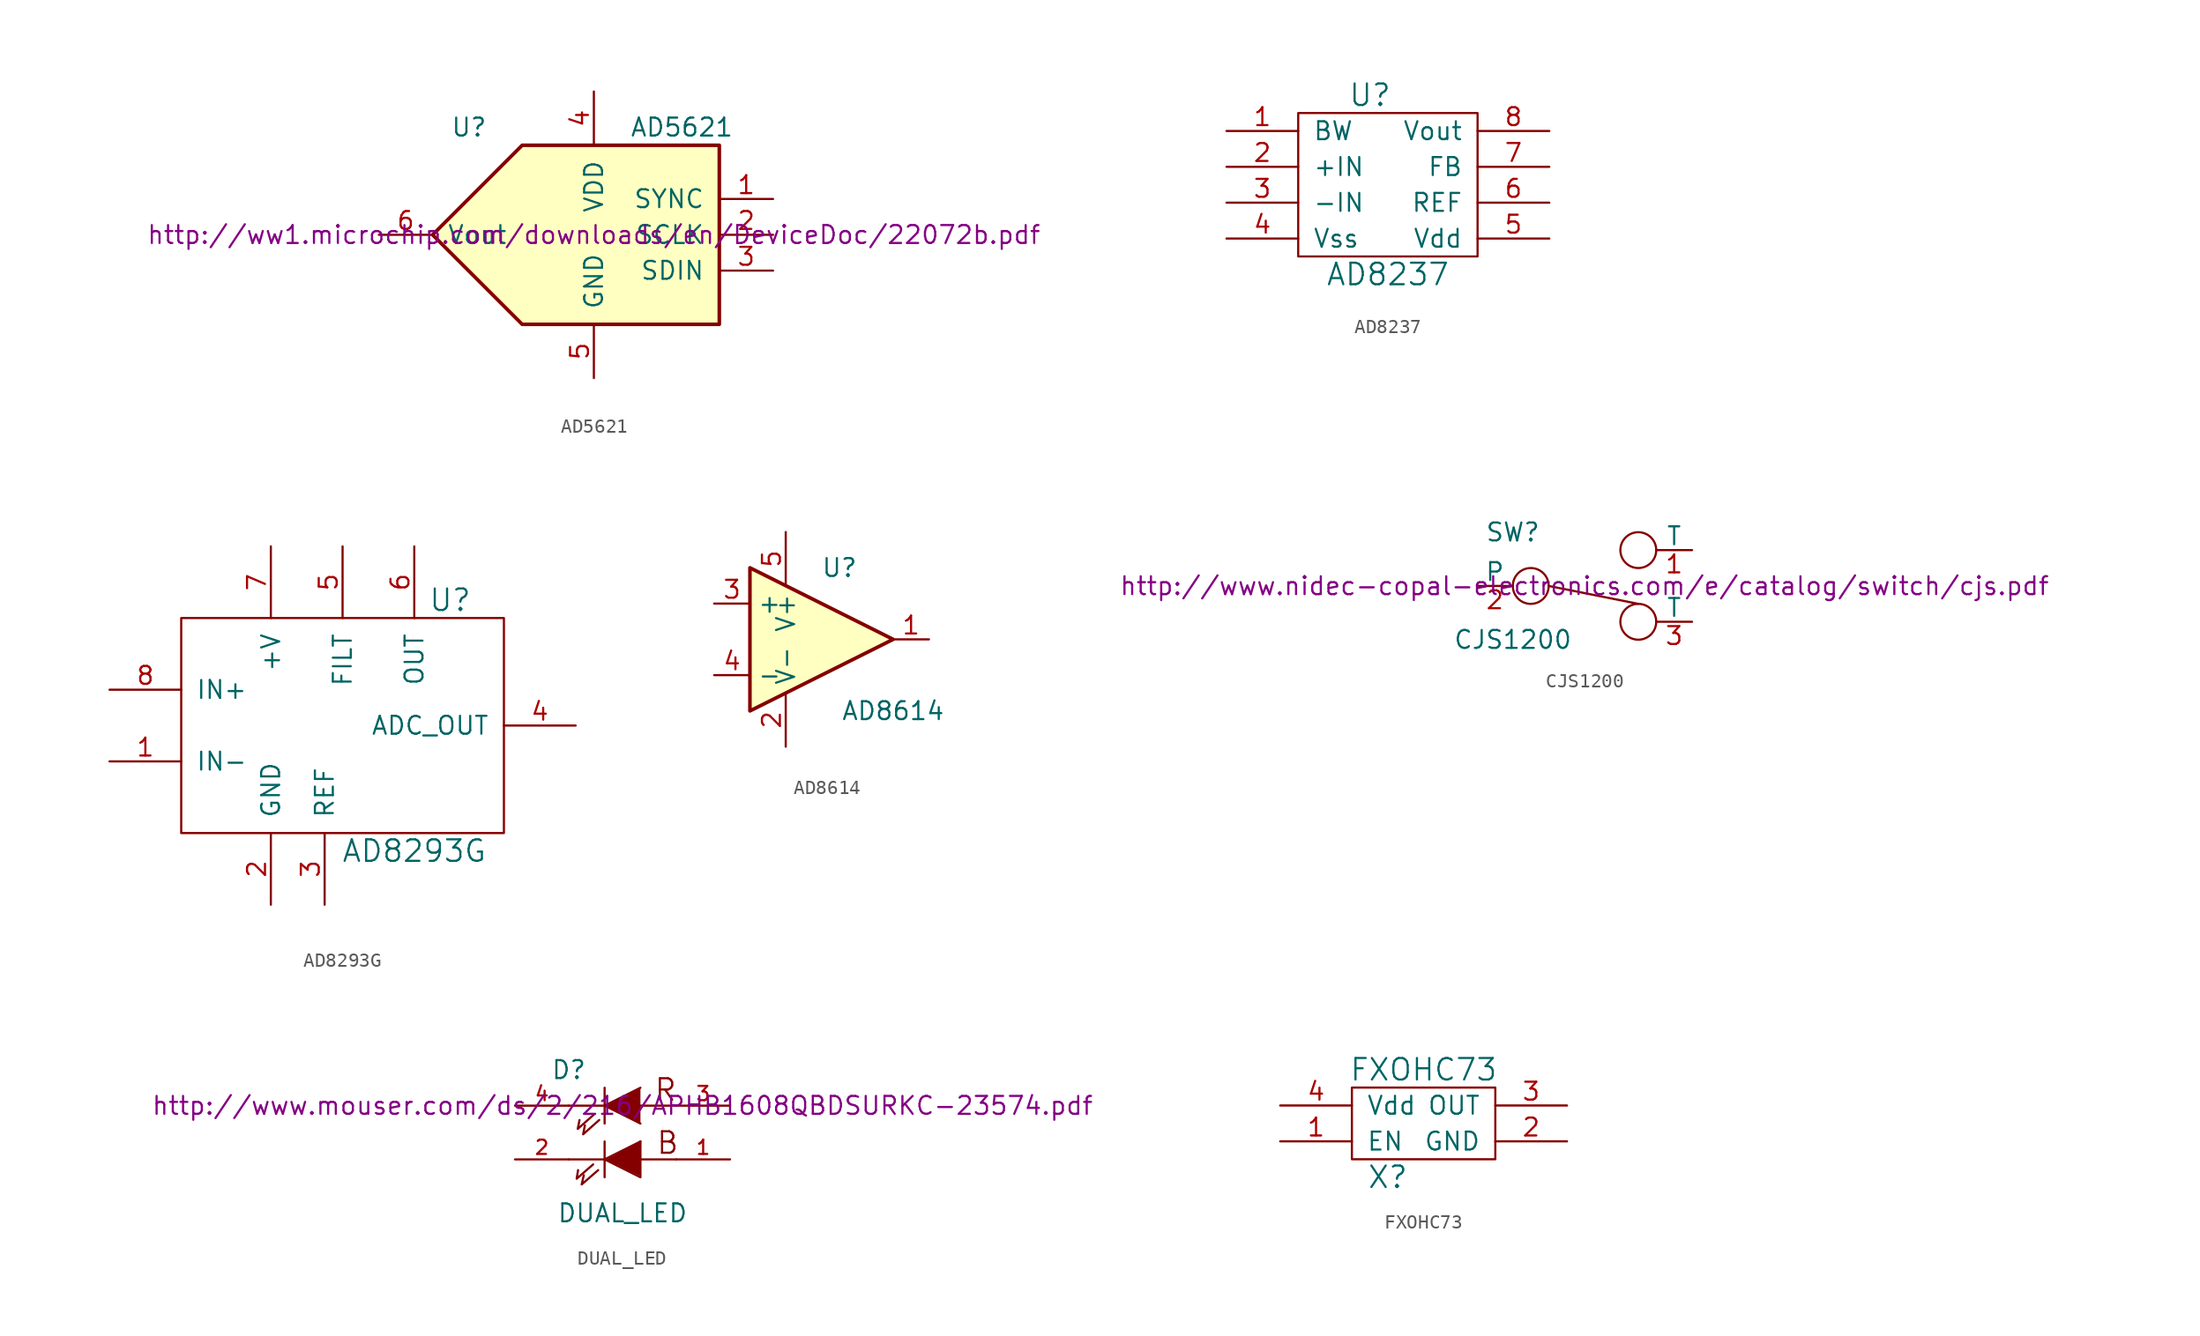
<source format=kicad_sym>
(kicad_symbol_lib
  (version 20231120)
  (generator "kicad_symbol_editor")
  (generator_version "8.0")
  (symbol "AD5621"
    (pin_names
      (offset 1.016))
    (property "Reference" "U"
      (at -10.16 7.62 0)
      (effects (font (size 1.27 1.27)) (justify left)))
    (property "Value" "AD5621"
      (at 2.54 7.62 0)
      (effects (font (size 1.27 1.27)) (justify left)))
    (property "Footprint" ""
      (at 0 0 0)
      (effects (font (size 1.27 1.27) (italic yes))))
    (property "Datasheet" "http://ww1.microchip.com/downloads/en/DeviceDoc/22072b.pdf"
      (at 0 0 0)
      (effects (font (size 1.27 1.27))))
    (symbol "AD5621_0_1"
      (polyline (pts (xy -5.08 6.35) (xy 8.89 6.35) (xy 8.89 0) (xy 8.89 -6.35) (xy -5.08 -6.35) (xy -11.43 0) (xy -5.08 6.35)) (stroke (width 0.254) (type solid)) (fill (type background))))
    (symbol "AD5621_1_1"
      (pin input line (at 12.7 2.54 180) (length 3.81) (name "SYNC" (effects (font (size 1.27 1.27)))) (number "1" (effects (font (size 1.27 1.27)))))
      (pin input line (at 12.7 0 180) (length 3.81) (name "SCLK" (effects (font (size 1.27 1.27)))) (number "2" (effects (font (size 1.27 1.27)))))
      (pin input line (at 12.7 -2.54 180) (length 3.81) (name "SDIN" (effects (font (size 1.27 1.27)))) (number "3" (effects (font (size 1.27 1.27)))))
      (pin power_in line (at 0 10.16 270) (length 3.81) (name "VDD" (effects (font (size 1.27 1.27)))) (number "4" (effects (font (size 1.27 1.27)))))
      (pin power_in line (at 0 -10.16 90) (length 3.81) (name "GND" (effects (font (size 1.27 1.27)))) (number "5" (effects (font (size 1.27 1.27)))))
      (pin passive line (at -15.24 0 0) (length 3.81) (name "Vout" (effects (font (size 1.27 1.27)))) (number "6" (effects (font (size 1.27 1.27)))))))
  (symbol "AD8237"
    (pin_names
      (offset 1.016))
    (property "Reference" "U"
      (at -1.27 6.35 0)
      (effects (font (size 1.524 1.524))))
    (property "Value" "AD8237"
      (at 0 -6.35 0)
      (effects (font (size 1.524 1.524))))
    (property "Footprint" ""
      (at 0 0 0)
      (effects (font (size 1.524 1.524))))
    (property "Datasheet" ""
      (at 0 0 0)
      (effects (font (size 1.524 1.524))))
    (symbol "AD8237_0_1"
      (rectangle (start -6.35 5.08) (end 6.35 -5.08) (stroke (width 0) (type solid)) (fill (type none))))
    (symbol "AD8237_1_1"
      (pin input line (at -11.43 3.81 0) (length 5.08) (name "BW" (effects (font (size 1.27 1.27)))) (number "1" (effects (font (size 1.27 1.27)))))
      (pin input line (at -11.43 1.27 0) (length 5.08) (name "+IN" (effects (font (size 1.27 1.27)))) (number "2" (effects (font (size 1.27 1.27)))))
      (pin input line (at -11.43 -1.27 0) (length 5.08) (name "-IN" (effects (font (size 1.27 1.27)))) (number "3" (effects (font (size 1.27 1.27)))))
      (pin input line (at -11.43 -3.81 0) (length 5.08) (name "Vss" (effects (font (size 1.27 1.27)))) (number "4" (effects (font (size 1.27 1.27)))))
      (pin input line (at 11.43 -3.81 180) (length 5.08) (name "Vdd" (effects (font (size 1.27 1.27)))) (number "5" (effects (font (size 1.27 1.27)))))
      (pin input line (at 11.43 -1.27 180) (length 5.08) (name "REF" (effects (font (size 1.27 1.27)))) (number "6" (effects (font (size 1.27 1.27)))))
      (pin input line (at 11.43 1.27 180) (length 5.08) (name "FB" (effects (font (size 1.27 1.27)))) (number "7" (effects (font (size 1.27 1.27)))))
      (pin input line (at 11.43 3.81 180) (length 5.08) (name "Vout" (effects (font (size 1.27 1.27)))) (number "8" (effects (font (size 1.27 1.27)))))))
  (symbol "AD8293G"
    (pin_names
      (offset 1.016))
    (property "Reference" "U"
      (at 10.16 8.89 0)
      (effects (font (size 1.524 1.524))))
    (property "Value" "AD8293G"
      (at 7.62 -8.89 0)
      (effects (font (size 1.524 1.524))))
    (property "Footprint" ""
      (at 0 0 0)
      (effects (font (size 1.524 1.524))))
    (property "Datasheet" ""
      (at 0 0 0)
      (effects (font (size 1.524 1.524))))
    (symbol "AD8293G_0_1"
      (rectangle (start -8.89 7.62) (end 13.97 -7.62) (stroke (width 0) (type solid)) (fill (type none))))
    (symbol "AD8293G_1_1"
      (pin input line (at -13.97 -2.54 0) (length 5.08) (name "IN-" (effects (font (size 1.27 1.27)))) (number "1" (effects (font (size 1.27 1.27)))))
      (pin power_in line (at -2.54 -12.7 90) (length 5.08) (name "GND" (effects (font (size 1.27 1.27)))) (number "2" (effects (font (size 1.27 1.27)))))
      (pin input line (at 1.27 -12.7 90) (length 5.08) (name "REF" (effects (font (size 1.27 1.27)))) (number "3" (effects (font (size 1.27 1.27)))))
      (pin output line (at 19.05 0 180) (length 5.08) (name "ADC_OUT" (effects (font (size 1.27 1.27)))) (number "4" (effects (font (size 1.27 1.27)))))
      (pin input line (at 2.54 12.7 270) (length 5.08) (name "FILT" (effects (font (size 1.27 1.27)))) (number "5" (effects (font (size 1.27 1.27)))))
      (pin output line (at 7.62 12.7 270) (length 5.08) (name "OUT" (effects (font (size 1.27 1.27)))) (number "6" (effects (font (size 1.27 1.27)))))
      (pin power_in line (at -2.54 12.7 270) (length 5.08) (name "+V" (effects (font (size 1.27 1.27)))) (number "7" (effects (font (size 1.27 1.27)))))
      (pin input line (at -13.97 2.54 0) (length 5.08) (name "IN+" (effects (font (size 1.27 1.27)))) (number "8" (effects (font (size 1.27 1.27)))))))
  (symbol "AD8614"
    (property "Reference" "U"
      (at 1.27 5.08 0)
      (effects (font (size 1.27 1.27))))
    (property "Value" "AD8614"
      (at 5.08 -5.08 0)
      (effects (font (size 1.27 1.27))))
    (property "Footprint" ""
      (at -1.27 2.54 0)
      (effects (font (size 1.27 1.27))))
    (property "Datasheet" ""
      (at 1.27 5.08 0)
      (effects (font (size 1.27 1.27))))
    (symbol "AD8614_0_1"
      (polyline (pts (xy -5.08 5.08) (xy 5.08 0) (xy -5.08 -5.08) (xy -5.08 5.08)) (stroke (width 0.254) (type solid)) (fill (type background))))
    (symbol "AD8614_1_1"
      (pin output line (at 7.62 0 180) (length 2.54) (name "~" (effects (font (size 1.27 1.27)))) (number "1" (effects (font (size 1.27 1.27)))))
      (pin input line (at -2.54 -7.62 90) (length 3.81) (name "V-" (effects (font (size 1.27 1.27)))) (number "2" (effects (font (size 1.27 1.27)))))
      (pin input line (at -7.62 2.54 0) (length 2.54) (name "+" (effects (font (size 1.27 1.27)))) (number "3" (effects (font (size 1.27 1.27)))))
      (pin input line (at -7.62 -2.54 0) (length 2.54) (name "-" (effects (font (size 1.27 1.27)))) (number "4" (effects (font (size 1.27 1.27)))))
      (pin input line (at -2.54 7.62 270) (length 3.81) (name "V+" (effects (font (size 1.27 1.27)))) (number "5" (effects (font (size 1.27 1.27)))))))
  (symbol "CJS1200"
    (pin_names
      (offset 0))
    (property "Reference" "SW"
      (at -5.08 3.81 0)
      (effects (font (size 1.27 1.27))))
    (property "Value" "CJS1200"
      (at -5.08 -3.81 0)
      (effects (font (size 1.27 1.27))))
    (property "Footprint" ""
      (at 0 0 0)
      (effects (font (size 1.27 1.27))))
    (property "Datasheet" "http://www.nidec-copal-electronics.com/e/catalog/switch/cjs.pdf"
      (at 0 0 0)
      (effects (font (size 1.27 1.27))))
    (symbol "CJS1200_0_0"
      (circle (center -3.81 0) (radius 1.27) (stroke (width 0) (type solid)) (fill (type none)))
      (circle (center 3.81 -2.54) (radius 1.27) (stroke (width 0) (type solid)) (fill (type none))))
    (symbol "CJS1200_0_1"
      (polyline (pts (xy -2.54 0) (xy 3.81 -1.27)) (stroke (width 0) (type solid)) (fill (type none)))
      (circle (center 3.81 2.54) (radius 1.27) (stroke (width 0) (type solid)) (fill (type none))))
    (symbol "CJS1200_1_1"
      (pin passive line (at 7.62 2.54 180) (length 2.54) (name "T" (effects (font (size 1.27 1.27)))) (number "1" (effects (font (size 1.27 1.27)))))
      (pin passive line (at -7.62 0 0) (length 2.54) (name "P" (effects (font (size 1.27 1.27)))) (number "2" (effects (font (size 1.27 1.27)))))
      (pin passive line (at 7.62 -2.54 180) (length 2.54) (name "T" (effects (font (size 1.27 1.27)))) (number "3" (effects (font (size 1.27 1.27)))))))
  (symbol "DUAL_LED"
    (pin_names
      (offset 1.016) hide)
    (property "Reference" "D"
      (at -3.81 2.54 0)
      (effects (font (size 1.27 1.27))))
    (property "Value" "DUAL_LED"
      (at 0 -7.62 0)
      (effects (font (size 1.27 1.27))))
    (property "Footprint" ""
      (at 0 0 0)
      (effects (font (size 1.27 1.27))))
    (property "Datasheet" "http://www.mouser.com/ds/2/216/APHB1608QBDSURKC-23574.pdf"
      (at 0 0 0)
      (effects (font (size 1.27 1.27))))
    (symbol "DUAL_LED_0_0"
      (text "B" (at 3.2 -2.642 0) (effects (font (size 1.524 1.524))))
      (text "R" (at 3.048 1.118 0) (effects (font (size 1.524 1.524)))))
    (symbol "DUAL_LED_0_1"
      (polyline (pts (xy -1.27 -3.81) (xy 1.27 -2.54)) (stroke (width 0) (type solid)) (fill (type none)))
      (polyline (pts (xy -1.27 -2.54) (xy -1.27 -5.08)) (stroke (width 0) (type solid)) (fill (type none)))
      (polyline (pts (xy -1.27 0) (xy -3.81 0)) (stroke (width 0) (type solid)) (fill (type none)))
      (polyline (pts (xy -1.27 1.27) (xy -1.27 -1.27)) (stroke (width 0) (type solid)) (fill (type none)))
      (polyline (pts (xy 1.27 -3.81) (xy 3.81 -3.81)) (stroke (width 0) (type solid)) (fill (type none)))
      (polyline (pts (xy 1.27 0) (xy 3.81 0)) (stroke (width 0) (type solid)) (fill (type none)))
      (polyline (pts (xy -2.083 -4.166) (xy -3.251 -5.182) (xy -3.15 -4.572)) (stroke (width 0) (type solid)) (fill (type none)))
      (polyline (pts (xy -2.032 -0.635) (xy -3.175 -1.651) (xy -3.048 -1.016)) (stroke (width 0) (type solid)) (fill (type none)))
      (polyline (pts (xy -1.727 -4.572) (xy -2.896 -5.588) (xy -2.743 -4.928)) (stroke (width 0) (type solid)) (fill (type none)))
      (polyline (pts (xy -1.651 -1.016) (xy -2.794 -2.032) (xy -2.667 -1.397)) (stroke (width 0) (type solid)) (fill (type none)))
      (polyline (pts (xy 1.27 1.27) (xy -1.27 0) (xy 1.27 -1.27)) (stroke (width 0) (type solid)) (fill (type outline)))
      (polyline (pts (xy 1.27 -2.54) (xy 1.27 -5.08) (xy -1.27 -3.81) (xy -3.81 -3.81)) (stroke (width 0) (type solid)) (fill (type none)))
      (polyline (pts (xy -1.067 -3.861) (xy 1.168 -2.692) (xy 1.168 -4.877) (xy -0.914 -3.861) (xy 1.067 -2.896) (xy 1.067 -4.724) (xy -0.66 -3.861) (xy 0.965 -3.099) (xy 0.965 -4.521) (xy -0.406 -3.861) (xy 0.864 -3.302) (xy 0.864 -4.318) (xy -0.203 -3.861) (xy 0.762 -3.505) (xy 0.762 -4.216) (xy 0.051 -3.861) (xy 0.66 -3.658) (xy 0.66 -4.064) (xy 0.305 -3.912) (xy 0.559 -3.81) (xy 0.559 -4.013)) (stroke (width 0) (type solid)) (fill (type none))))
    (symbol "DUAL_LED_1_1"
      (pin input line (at 7.62 -3.81 180) (length 3.81) (name "BA" (effects (font (size 1.016 1.016)))) (number "1" (effects (font (size 1.016 1.016)))))
      (pin input line (at -7.62 -3.81 0) (length 3.81) (name "BK" (effects (font (size 1.016 1.016)))) (number "2" (effects (font (size 1.016 1.016)))))
      (pin passive line (at 7.62 0 180) (length 3.81) (name "RA" (effects (font (size 1.016 1.016)))) (number "3" (effects (font (size 1.016 1.016)))))
      (pin passive line (at -7.62 0 0) (length 3.81) (name "RK" (effects (font (size 1.016 1.016)))) (number "4" (effects (font (size 1.016 1.016)))))))
  (symbol "FXOHC73"
    (pin_names
      (offset 1.016))
    (property "Reference" "X"
      (at -5.08 -6.35 0)
      (effects (font (size 1.524 1.524))))
    (property "Value" "FXOHC73"
      (at -2.54 1.27 0)
      (effects (font (size 1.524 1.524))))
    (property "Footprint" ""
      (at 0 0 0)
      (effects (font (size 1.524 1.524))))
    (property "Datasheet" ""
      (at 0 0 0)
      (effects (font (size 1.524 1.524))))
    (symbol "FXOHC73_0_1"
      (rectangle (start -7.62 0) (end 2.54 -5.08) (stroke (width 0) (type solid)) (fill (type none))))
    (symbol "FXOHC73_1_1"
      (pin input line (at -12.7 -3.81 0) (length 5.08) (name "EN" (effects (font (size 1.27 1.27)))) (number "1" (effects (font (size 1.27 1.27)))))
      (pin input line (at 7.62 -3.81 180) (length 5.08) (name "GND" (effects (font (size 1.27 1.27)))) (number "2" (effects (font (size 1.27 1.27)))))
      (pin input line (at 7.62 -1.27 180) (length 5.08) (name "OUT" (effects (font (size 1.27 1.27)))) (number "3" (effects (font (size 1.27 1.27)))))
      (pin input line (at -12.7 -1.27 0) (length 5.08) (name "Vdd" (effects (font (size 1.27 1.27)))) (number "4" (effects (font (size 1.27 1.27))))))))
</source>
